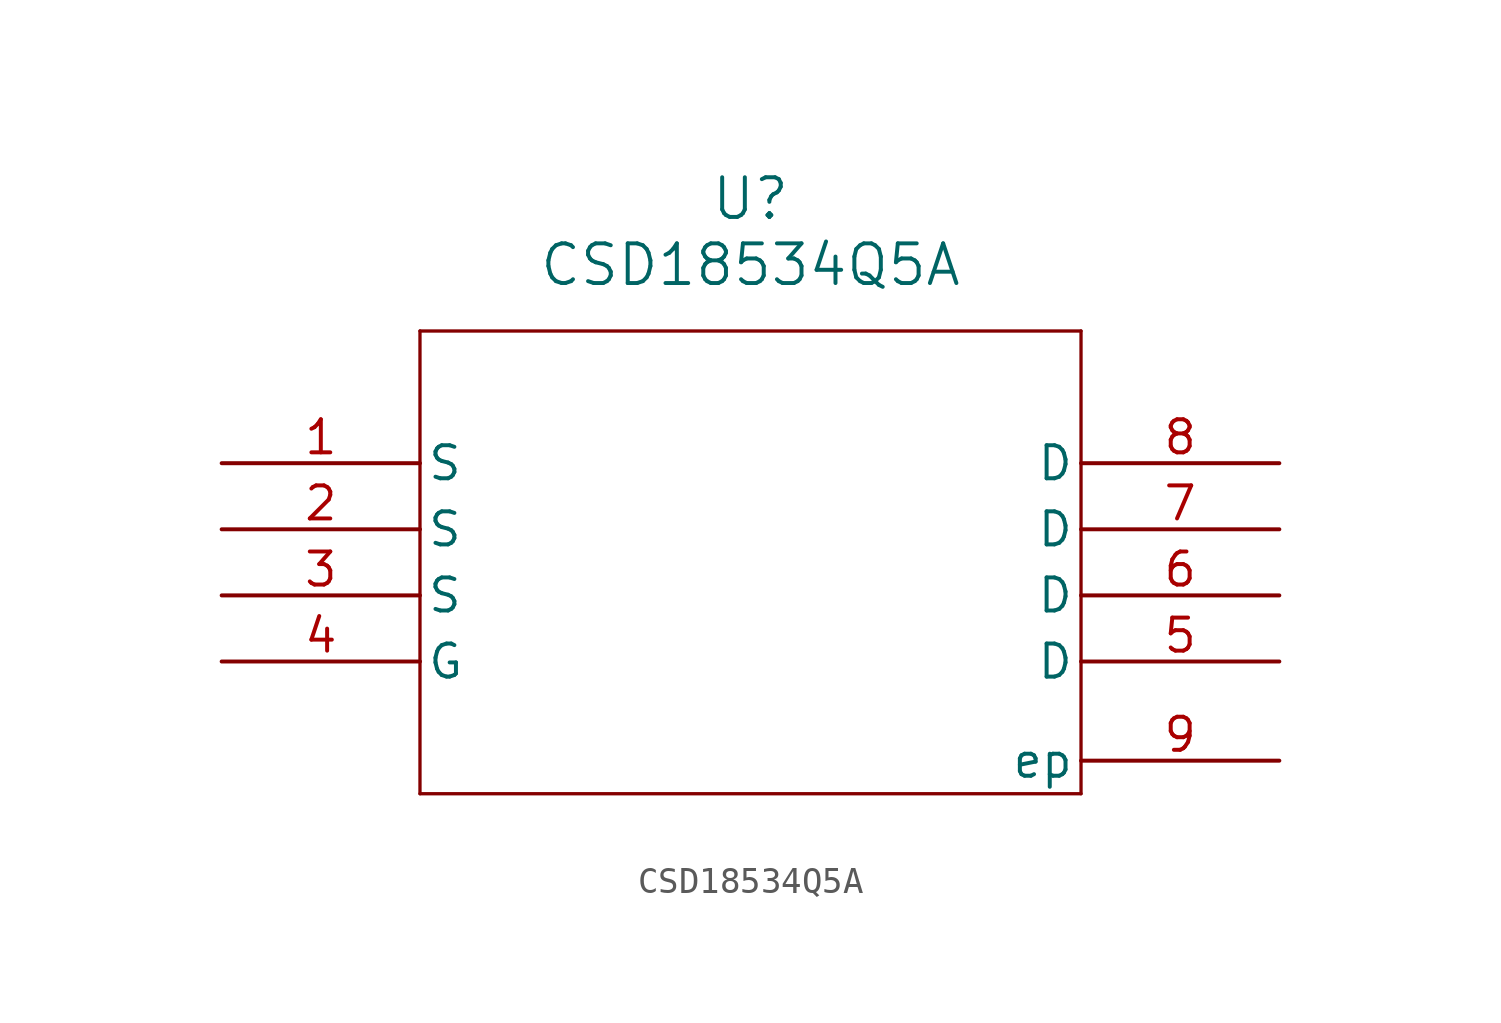
<source format=kicad_sym>
(kicad_symbol_lib
  (version 20241209)
  (generator "kicad_symbol_editor")
  (generator_version "9.0")
  (symbol "CSD18534Q5A"
    (pin_names
      (offset 0.254))
    (property "Reference" "U"
      (at 20.32 10.16 0)
      (effects (font (size 1.524 1.524))))
    (property "Value" "CSD18534Q5A"
      (at 20.32 7.62 0)
      (effects (font (size 1.524 1.524))))
    (property "ki_locked" ""
      (at 0 0 0)
      (effects (font (size 1.27 1.27))))
    (symbol "CSD18534Q5A_0_1"
      (polyline (pts (xy 7.62 5.08) (xy 7.62 -12.7)) (stroke (width 0.127) (type default)) (fill (type none)))
      (polyline (pts (xy 7.62 -12.7) (xy 33.02 -12.7)) (stroke (width 0.127) (type default)) (fill (type none)))
      (polyline (pts (xy 33.02 5.08) (xy 7.62 5.08)) (stroke (width 0.127) (type default)) (fill (type none)))
      (polyline (pts (xy 33.02 -12.7) (xy 33.02 5.08)) (stroke (width 0.127) (type default)) (fill (type none)))
      (pin unspecified line (at 0 0 0) (length 7.62) (name "S" (effects (font (size 1.27 1.27)))) (number "1" (effects (font (size 1.27 1.27)))))
      (pin unspecified line (at 0 -2.54 0) (length 7.62) (name "S" (effects (font (size 1.27 1.27)))) (number "2" (effects (font (size 1.27 1.27)))))
      (pin unspecified line (at 0 -5.08 0) (length 7.62) (name "S" (effects (font (size 1.27 1.27)))) (number "3" (effects (font (size 1.27 1.27)))))
      (pin unspecified line (at 0 -7.62 0) (length 7.62) (name "G" (effects (font (size 1.27 1.27)))) (number "4" (effects (font (size 1.27 1.27)))))
      (pin unspecified line (at 40.64 0 180) (length 7.62) (name "D" (effects (font (size 1.27 1.27)))) (number "8" (effects (font (size 1.27 1.27)))))
      (pin unspecified line (at 40.64 -2.54 180) (length 7.62) (name "D" (effects (font (size 1.27 1.27)))) (number "7" (effects (font (size 1.27 1.27)))))
      (pin unspecified line (at 40.64 -5.08 180) (length 7.62) (name "D" (effects (font (size 1.27 1.27)))) (number "6" (effects (font (size 1.27 1.27)))))
      (pin unspecified line (at 40.64 -7.62 180) (length 7.62) (name "D" (effects (font (size 1.27 1.27)))) (number "5" (effects (font (size 1.27 1.27))))))
    (symbol "CSD18534Q5A_1_1"
      (pin power_out line (at 40.64 -11.43 180) (length 7.62) (name "ep" (effects (font (size 1.27 1.27)))) (number "9" (effects (font (size 1.27 1.27))))))))
</source>
